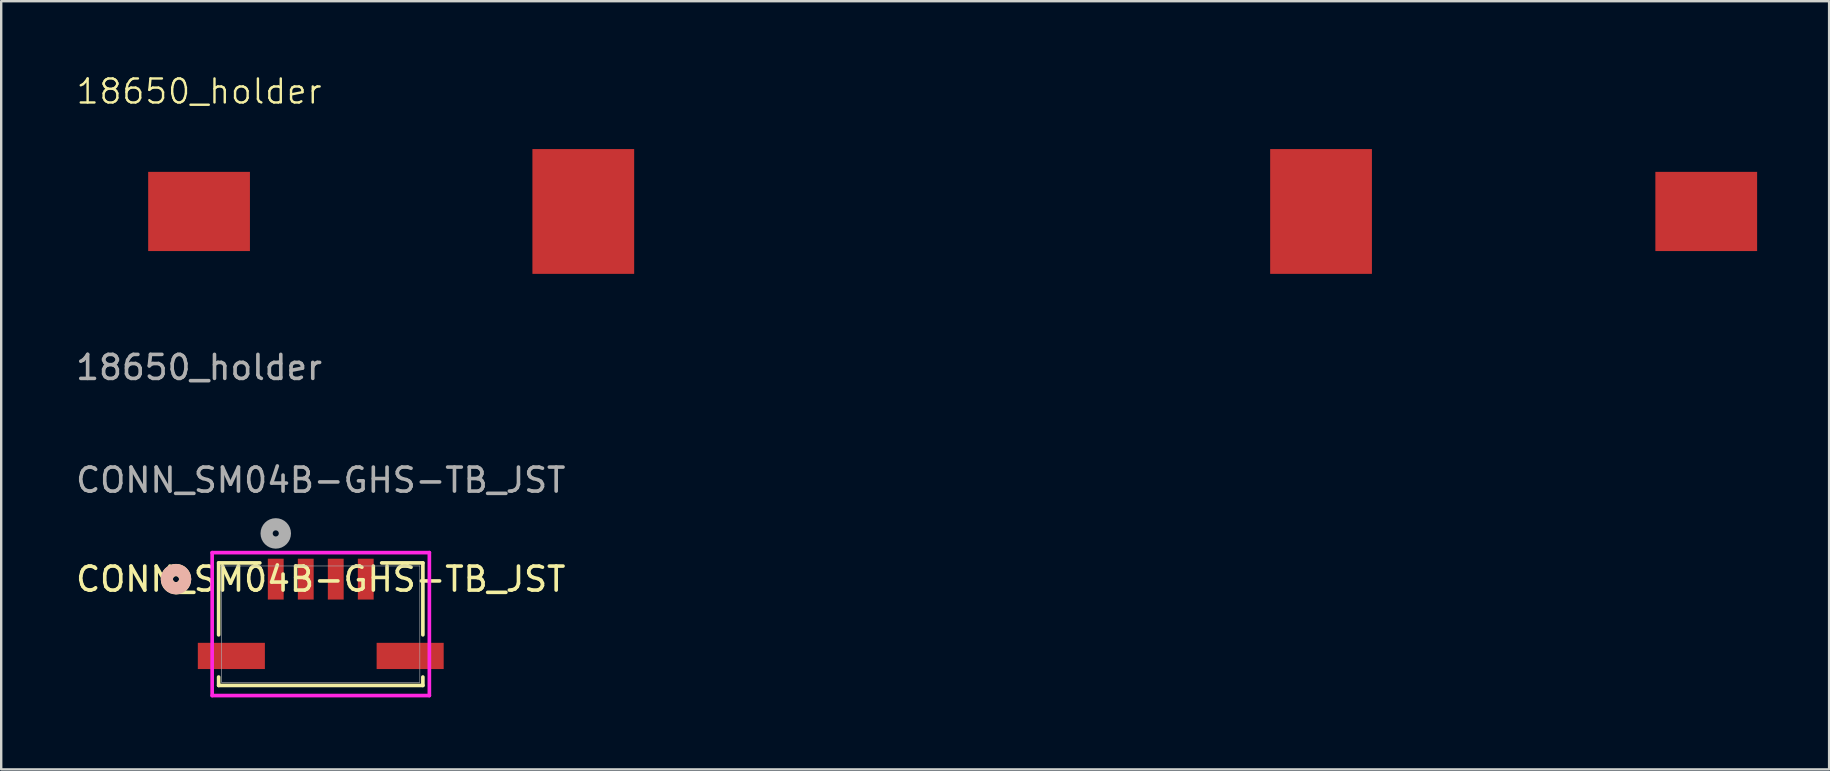
<source format=kicad_pcb>
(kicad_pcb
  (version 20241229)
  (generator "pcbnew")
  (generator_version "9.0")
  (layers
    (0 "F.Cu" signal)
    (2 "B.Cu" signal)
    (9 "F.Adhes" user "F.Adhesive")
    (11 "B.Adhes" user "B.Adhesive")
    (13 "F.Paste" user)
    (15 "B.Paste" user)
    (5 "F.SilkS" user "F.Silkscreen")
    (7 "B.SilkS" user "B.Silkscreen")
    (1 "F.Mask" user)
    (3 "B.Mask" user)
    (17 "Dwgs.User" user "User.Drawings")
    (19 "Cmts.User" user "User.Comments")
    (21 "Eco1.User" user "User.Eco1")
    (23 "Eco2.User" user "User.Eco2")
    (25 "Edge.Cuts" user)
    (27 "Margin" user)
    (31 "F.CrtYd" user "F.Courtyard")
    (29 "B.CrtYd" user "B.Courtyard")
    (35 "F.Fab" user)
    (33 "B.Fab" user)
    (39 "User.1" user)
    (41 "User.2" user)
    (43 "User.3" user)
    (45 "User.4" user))
  (footprint "18650_holder"
    (layer "F.Cu")
    (at 5.244 5.761)
    (property "Reference" "18650_holder" (at 0 -5 0) (unlocked yes) (layer "F.SilkS") (effects (font (size 1 1) (thickness 0.1))))
    (attr smd)
    (fp_text user "${REFERENCE}" (at 0 6.5 0) (unlocked yes) (layer "F.Fab") (effects (font (size 1 1) (thickness 0.15))))
    (pad "1" smd rect (at 0 0) (size 4.24 3.3) (layers "F.Cu" "F.Mask" "F.Paste"))
    (pad "1" smd rect (at 16.01 0) (size 4.24 5.2) (layers "F.Cu" "F.Mask" "F.Paste"))
    (pad "2" smd rect (at 46.75 0) (size 4.24 5.2) (layers "F.Cu" "F.Mask" "F.Paste"))
    (pad "2" smd rect (at 62.8 0) (size 4.24 3.3) (layers "F.Cu" "F.Mask" "F.Paste")))
  (footprint "CONN_SM04B-GHS-TB_JST"
    (layer "F.Cu")
    (at 10.315 22.957)
    (property "Reference" "CONN_SM04B-GHS-TB_JST" (at 0 -1.876 0) (unlocked yes) (layer "F.SilkS") (effects (font (size 1 1) (thickness 0.15))))
    (attr smd)
    (fp_line (start -4.255 -2.553) (end -4.255 0.445) (stroke (width 0.152) (type solid)) (layer "F.SilkS"))
    (fp_line (start -4.255 2.203) (end -4.255 2.553) (stroke (width 0.152) (type solid)) (layer "F.SilkS"))
    (fp_line (start -4.255 2.553) (end 4.255 2.553) (stroke (width 0.152) (type solid)) (layer "F.SilkS"))
    (fp_line (start -2.538 -2.553) (end -4.255 -2.553) (stroke (width 0.152) (type solid)) (layer "F.SilkS"))
    (fp_line (start 4.255 -2.553) (end 2.538 -2.553) (stroke (width 0.152) (type solid)) (layer "F.SilkS"))
    (fp_line (start 4.255 0.445) (end 4.255 -2.553) (stroke (width 0.152) (type solid)) (layer "F.SilkS"))
    (fp_line (start 4.255 2.553) (end 4.255 2.203) (stroke (width 0.152) (type solid)) (layer "F.SilkS"))
    (fp_circle (center -6.032 -1.876) (end -5.652 -1.876) (stroke (width 0.508) (type solid)) (fill no) (layer "F.SilkS"))
    (fp_circle (center -6.032 -1.876) (end -5.652 -1.876) (stroke (width 0.508) (type solid)) (fill no) (layer "B.SilkS"))
    (fp_line (start -4.525 -2.981) (end -4.525 2.975) (stroke (width 0.152) (type solid)) (layer "F.CrtYd"))
    (fp_line (start -4.525 2.975) (end 4.525 2.975) (stroke (width 0.152) (type solid)) (layer "F.CrtYd"))
    (fp_line (start 4.525 -2.981) (end -4.525 -2.981) (stroke (width 0.152) (type solid)) (layer "F.CrtYd"))
    (fp_line (start 4.525 2.975) (end 4.525 -2.981) (stroke (width 0.152) (type solid)) (layer "F.CrtYd"))
    (fp_line (start -4.128 -2.426) (end -4.128 2.426) (stroke (width 0.025) (type solid)) (layer "F.Fab"))
    (fp_line (start -4.128 2.426) (end 4.128 2.426) (stroke (width 0.025) (type solid)) (layer "F.Fab"))
    (fp_line (start 4.128 -2.426) (end -4.128 -2.426) (stroke (width 0.025) (type solid)) (layer "F.Fab"))
    (fp_line (start 4.128 2.426) (end 4.128 -2.426) (stroke (width 0.025) (type solid)) (layer "F.Fab"))
    (fp_circle (center -1.875 -3.781) (end -1.494 -3.781) (stroke (width 0.508) (type solid)) (fill no) (layer "F.Fab"))
    (fp_text user "${REFERENCE}" (at 0 -6 0) (unlocked yes) (layer "F.Fab") (effects (font (size 1 1) (thickness 0.15))))
    (pad "1" smd rect (at -1.875 -1.876) (size 0.66 1.702) (layers "F.Cu" "F.Mask" "F.Paste"))
    (pad "2" smd rect (at -0.625 -1.876) (size 0.66 1.702) (layers "F.Cu" "F.Mask" "F.Paste"))
    (pad "3" smd rect (at 0.625 -1.876) (size 0.66 1.702) (layers "F.Cu" "F.Mask" "F.Paste"))
    (pad "4" smd rect (at 1.875 -1.876) (size 0.66 1.702) (layers "F.Cu" "F.Mask" "F.Paste"))
    (pad "5" smd rect (at -3.725 1.324 90) (size 1.092 2.794) (layers "F.Cu" "F.Mask" "F.Paste"))
    (pad "6" smd rect (at 3.725 1.324 90) (size 1.092 2.794) (layers "F.Cu" "F.Mask" "F.Paste")))
  (gr_rect
    (start -3 -3)
    (end 73.164 29.009)
    (stroke (width 0.1) (type default))
    (fill no)
    (layer "Edge.Cuts")))
</source>
